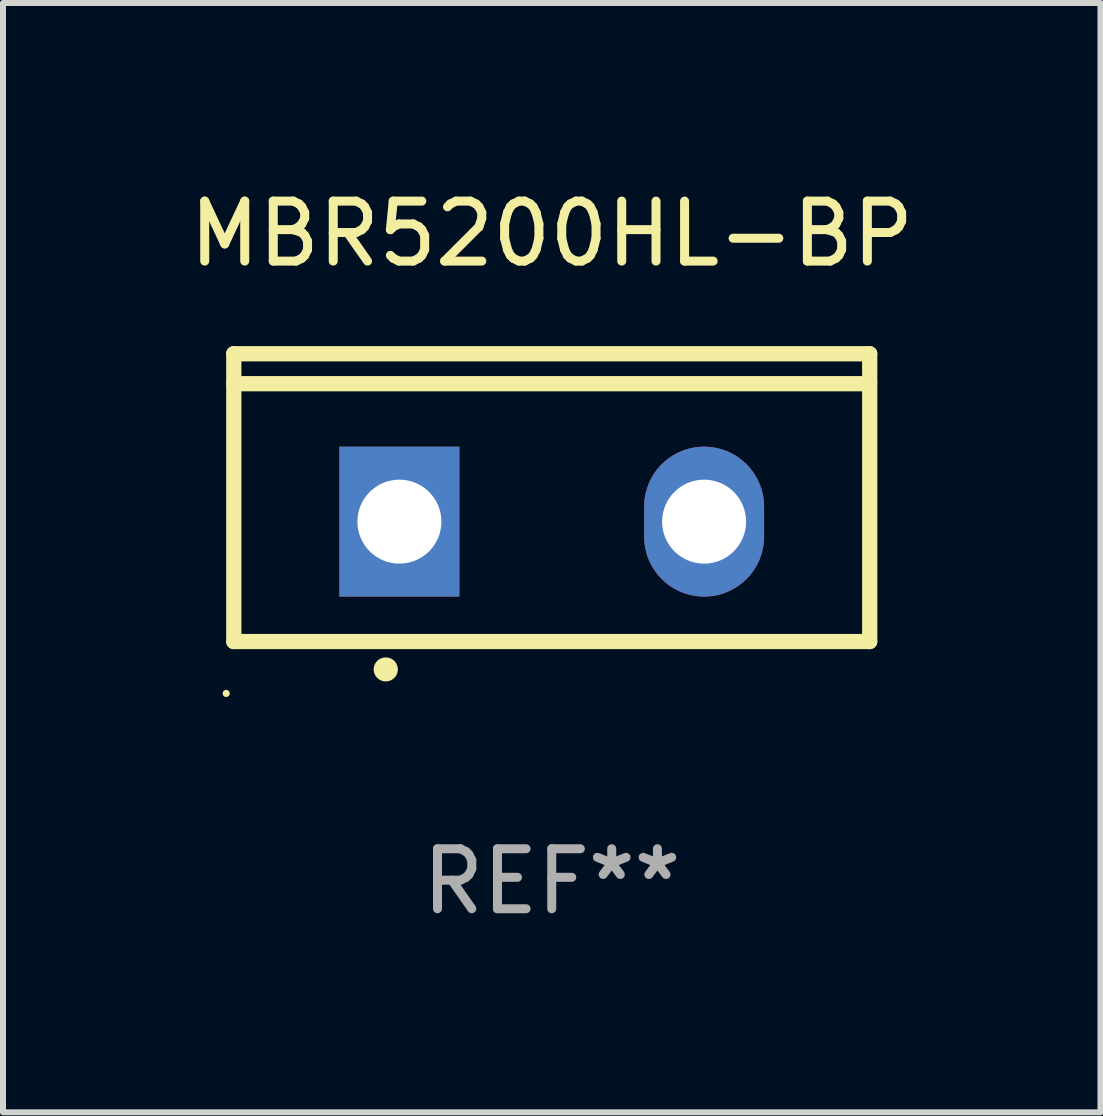
<source format=kicad_pcb>
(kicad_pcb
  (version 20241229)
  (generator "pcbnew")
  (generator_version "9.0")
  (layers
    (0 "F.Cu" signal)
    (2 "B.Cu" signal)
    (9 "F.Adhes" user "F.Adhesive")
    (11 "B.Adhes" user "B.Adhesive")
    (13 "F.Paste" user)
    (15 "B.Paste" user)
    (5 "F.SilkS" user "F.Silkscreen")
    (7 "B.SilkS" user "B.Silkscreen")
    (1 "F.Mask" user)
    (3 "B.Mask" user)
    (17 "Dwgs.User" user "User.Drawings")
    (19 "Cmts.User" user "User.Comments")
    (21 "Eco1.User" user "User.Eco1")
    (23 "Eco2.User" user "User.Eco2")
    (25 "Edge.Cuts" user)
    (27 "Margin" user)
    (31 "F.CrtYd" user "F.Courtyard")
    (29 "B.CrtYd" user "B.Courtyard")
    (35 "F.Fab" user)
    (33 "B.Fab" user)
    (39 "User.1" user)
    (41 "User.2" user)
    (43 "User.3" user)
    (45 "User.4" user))
  (footprint "MBR5200HL-BP"
    (layer "F.Cu")
    (at 6.149 5.247)
    (property "Reference" "MBR5200HL-BP" (at 0 -4.399 0) (layer "F.SilkS") (effects (font (size 1 1) (thickness 0.15))))
    (attr through_hole)
    (fp_line (start -5.301 -2.399) (end 5.301 -2.399) (stroke (width 0.254) (type solid)) (layer "F.SilkS"))
    (fp_line (start -5.301 -2.394) (end -5.301 -2.399) (stroke (width 0.254) (type solid)) (layer "F.SilkS"))
    (fp_line (start -5.301 2.399) (end -5.301 -2.394) (stroke (width 0.254) (type solid)) (layer "F.SilkS"))
    (fp_line (start 5.3 -1.9) (end -5.3 -1.9) (stroke (width 0.254) (type solid)) (layer "F.SilkS"))
    (fp_line (start 5.301 -2.399) (end 5.301 2.399) (stroke (width 0.254) (type solid)) (layer "F.SilkS"))
    (fp_line (start 5.301 2.399) (end -5.301 2.399) (stroke (width 0.254) (type solid)) (layer "F.SilkS"))
    (fp_arc (start -2.768606 2.863843) (mid -2.767336 2.863839) (end -2.766066 2.863843) (stroke (width 0.4) (type solid)) (layer "F.SilkS"))
    (fp_circle (center -5.428 3.264) (end -5.398 3.264) (stroke (width 0.06) (type solid)) (fill no) (layer "F.SilkS"))
    (fp_text user "REF**" (at 0 6.399 0) (layer "F.Fab") (effects (font (size 1 1) (thickness 0.15))))
    (pad "1" thru_hole rect (at -2.54 0.4) (size 2 2.5) (drill 1.4) (layers "*.Cu" "*.Mask"))
    (pad "2" thru_hole oval (at 2.54 0.4) (size 2 2.5) (drill 1.4) (layers "*.Cu" "*.Mask")))
  (gr_rect
    (start -3 -3)
    (end 15.298 15.495)
    (stroke (width 0.1) (type default))
    (fill no)
    (layer "Edge.Cuts")))
</source>
